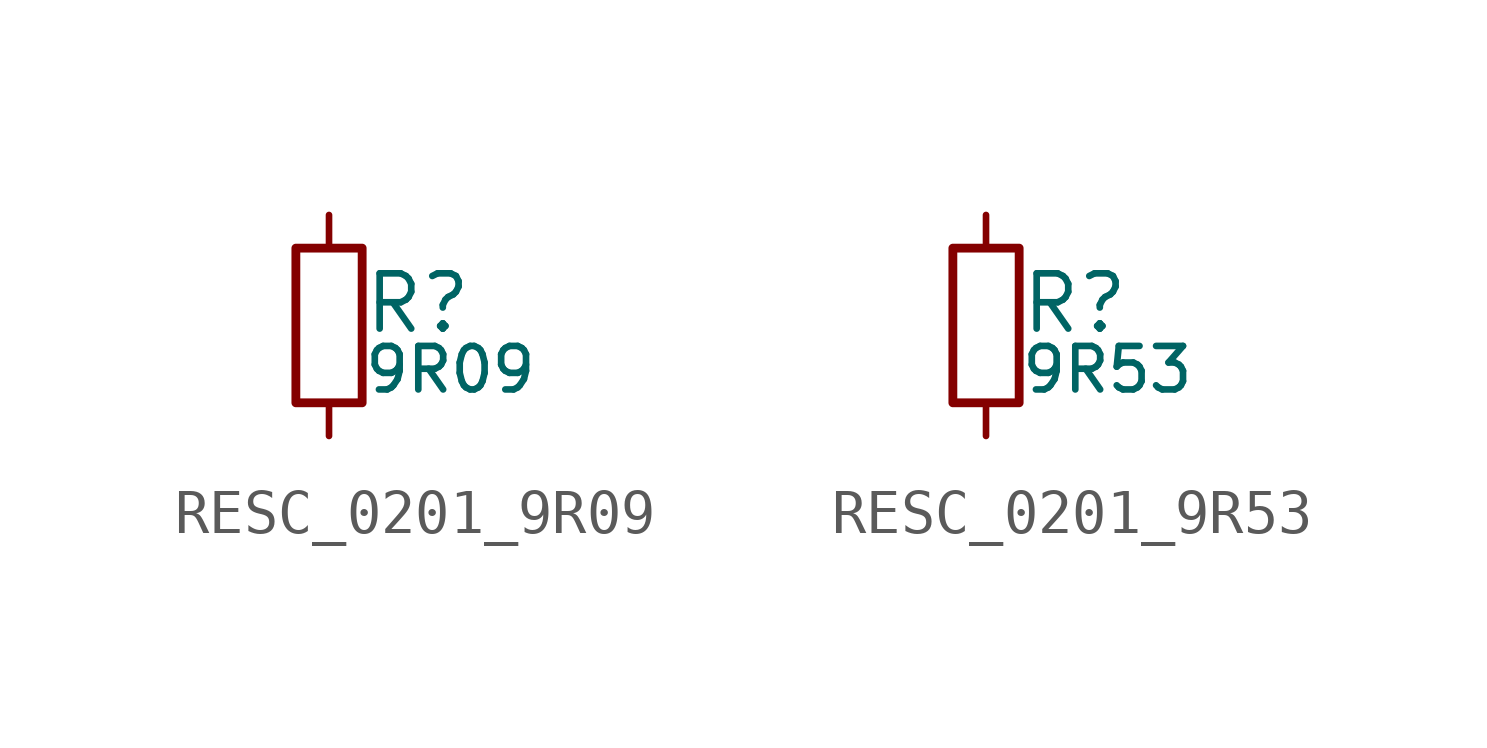
<source format=kicad_sym>
(kicad_symbol_lib
  (version 20211014)
  (generator kicad_LibGenerator)
  (symbol "RESC_0201_9R09"
    (pin_numbers hide)
    (pin_names
      (offset 0.254) hide)
    (property "Reference" "R"
      (at 0.762 0.508 0)
      (effects (font (size 1.27 1.27)) (justify left)))
    (property "Value" "9R09"
      (at 0.762 -1.016 0)
      (effects (font (size 1.00 1.00)) (justify left)))
    (symbol "RESC_0201_9R09_0_1"
      (rectangle (start -0.762 1.778) (end 0.762 -1.778) (stroke (width 0.203) (type default) (color 0 0 0 0)) (fill (type none))))
    (symbol "RESC_0201_9R09_1_1"
      (pin passive line (at 0 2.54 270) (length 0.762) (name "~" (effects (font (size 1.27 1.27)))) (number "1" (effects (font (size 1.27 1.27)))))
      (pin passive line (at 0 -2.54 90) (length 0.762) (name "~" (effects (font (size 1.27 1.27)))) (number "2" (effects (font (size 1.27 1.27)))))))
  (symbol "RESC_0201_9R53"
    (pin_numbers hide)
    (pin_names
      (offset 0.254) hide)
    (property "Reference" "R"
      (at 0.762 0.508 0)
      (effects (font (size 1.27 1.27)) (justify left)))
    (property "Value" "9R53"
      (at 0.762 -1.016 0)
      (effects (font (size 1.00 1.00)) (justify left)))
    (symbol "RESC_0201_9R53_0_1"
      (rectangle (start -0.762 1.778) (end 0.762 -1.778) (stroke (width 0.203) (type default) (color 0 0 0 0)) (fill (type none))))
    (symbol "RESC_0201_9R53_1_1"
      (pin passive line (at 0 2.54 270) (length 0.762) (name "~" (effects (font (size 1.27 1.27)))) (number "1" (effects (font (size 1.27 1.27)))))
      (pin passive line (at 0 -2.54 90) (length 0.762) (name "~" (effects (font (size 1.27 1.27)))) (number "2" (effects (font (size 1.27 1.27))))))))
</source>
